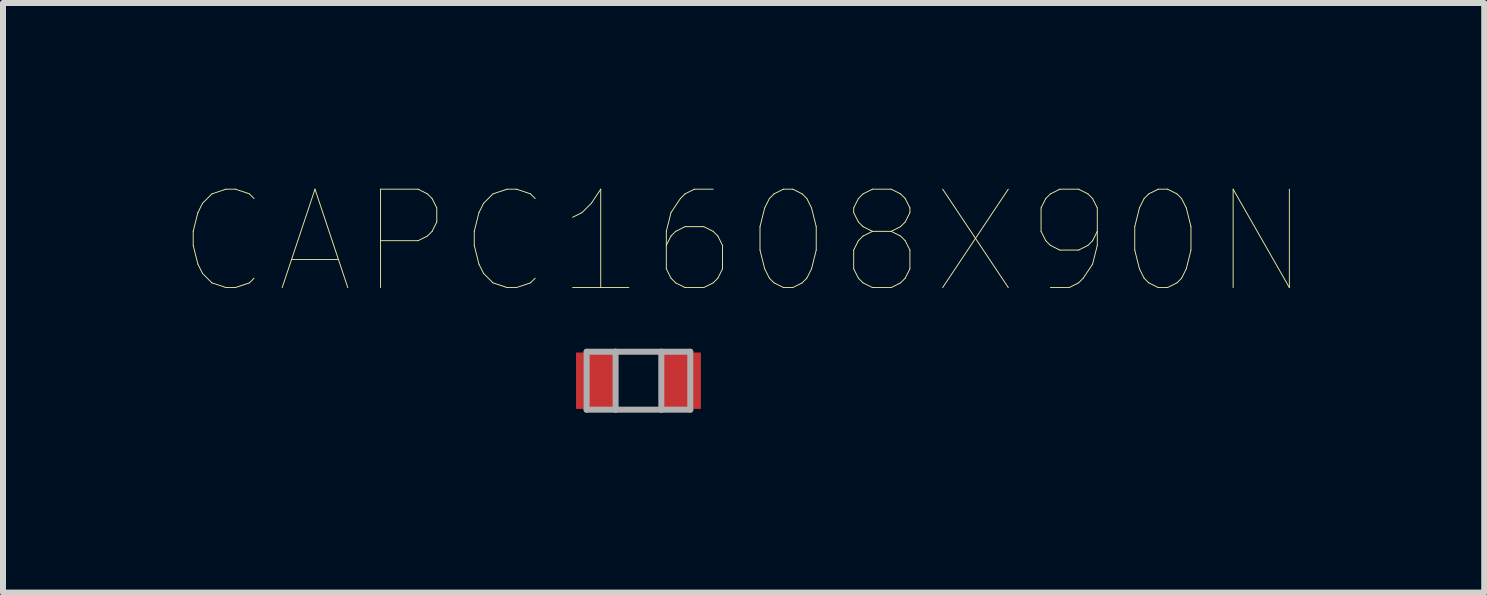
<source format=kicad_pcb>
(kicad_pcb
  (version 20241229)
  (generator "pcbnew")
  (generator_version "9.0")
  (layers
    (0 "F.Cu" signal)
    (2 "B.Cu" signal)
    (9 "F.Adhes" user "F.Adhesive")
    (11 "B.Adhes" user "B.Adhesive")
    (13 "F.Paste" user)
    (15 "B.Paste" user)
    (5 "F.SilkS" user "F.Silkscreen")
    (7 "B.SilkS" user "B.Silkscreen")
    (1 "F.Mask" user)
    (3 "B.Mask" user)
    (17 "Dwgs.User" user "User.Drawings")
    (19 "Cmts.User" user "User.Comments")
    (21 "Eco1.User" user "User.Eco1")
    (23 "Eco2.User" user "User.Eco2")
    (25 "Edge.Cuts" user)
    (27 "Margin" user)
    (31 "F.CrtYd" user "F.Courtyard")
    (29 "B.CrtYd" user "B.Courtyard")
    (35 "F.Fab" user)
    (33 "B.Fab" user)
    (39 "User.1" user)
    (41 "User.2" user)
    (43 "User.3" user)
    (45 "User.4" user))
  (footprint "CAPC1608X90N"
    (layer "F.Cu")
    (at 7.594 3.297)
    (property "Reference" "CAPC1608X90N" (at 1.753 -2.311 0) (layer "F.SilkS") (effects (font (size 1.64 1.64) (thickness 0.015))))
    (attr through_hole)
    (fp_line (start -0.864 -0.483) (end -0.864 0.483) (stroke (width 0.1) (type solid)) (layer "F.Fab"))
    (fp_line (start -0.864 0.483) (end -0.381 0.483) (stroke (width 0.1) (type solid)) (layer "F.Fab"))
    (fp_line (start -0.381 -0.483) (end -0.864 -0.483) (stroke (width 0.1) (type solid)) (layer "F.Fab"))
    (fp_line (start -0.381 0.483) (end -0.381 -0.483) (stroke (width 0.1) (type solid)) (layer "F.Fab"))
    (fp_line (start -0.381 0.483) (end 0.381 0.483) (stroke (width 0.1) (type solid)) (layer "F.Fab"))
    (fp_line (start 0.381 -0.483) (end -0.381 -0.483) (stroke (width 0.1) (type solid)) (layer "F.Fab"))
    (fp_line (start 0.381 -0.483) (end 0.381 0.483) (stroke (width 0.1) (type solid)) (layer "F.Fab"))
    (fp_line (start 0.381 0.483) (end 0.864 0.483) (stroke (width 0.1) (type solid)) (layer "F.Fab"))
    (fp_line (start 0.864 -0.483) (end 0.381 -0.483) (stroke (width 0.1) (type solid)) (layer "F.Fab"))
    (fp_line (start 0.864 0.483) (end 0.864 -0.483) (stroke (width 0.1) (type solid)) (layer "F.Fab"))
    (pad "1" smd rect (at -0.711 0) (size 0.66 0.94) (layers "F.Cu" "F.Mask" "F.Paste"))
    (pad "2" smd rect (at 0.711 0) (size 0.66 0.94) (layers "F.Cu" "F.Mask" "F.Paste")))
  (gr_rect
    (start -3 -3)
    (end 21.694 6.83)
    (stroke (width 0.1) (type default))
    (fill no)
    (layer "Edge.Cuts")))
</source>
